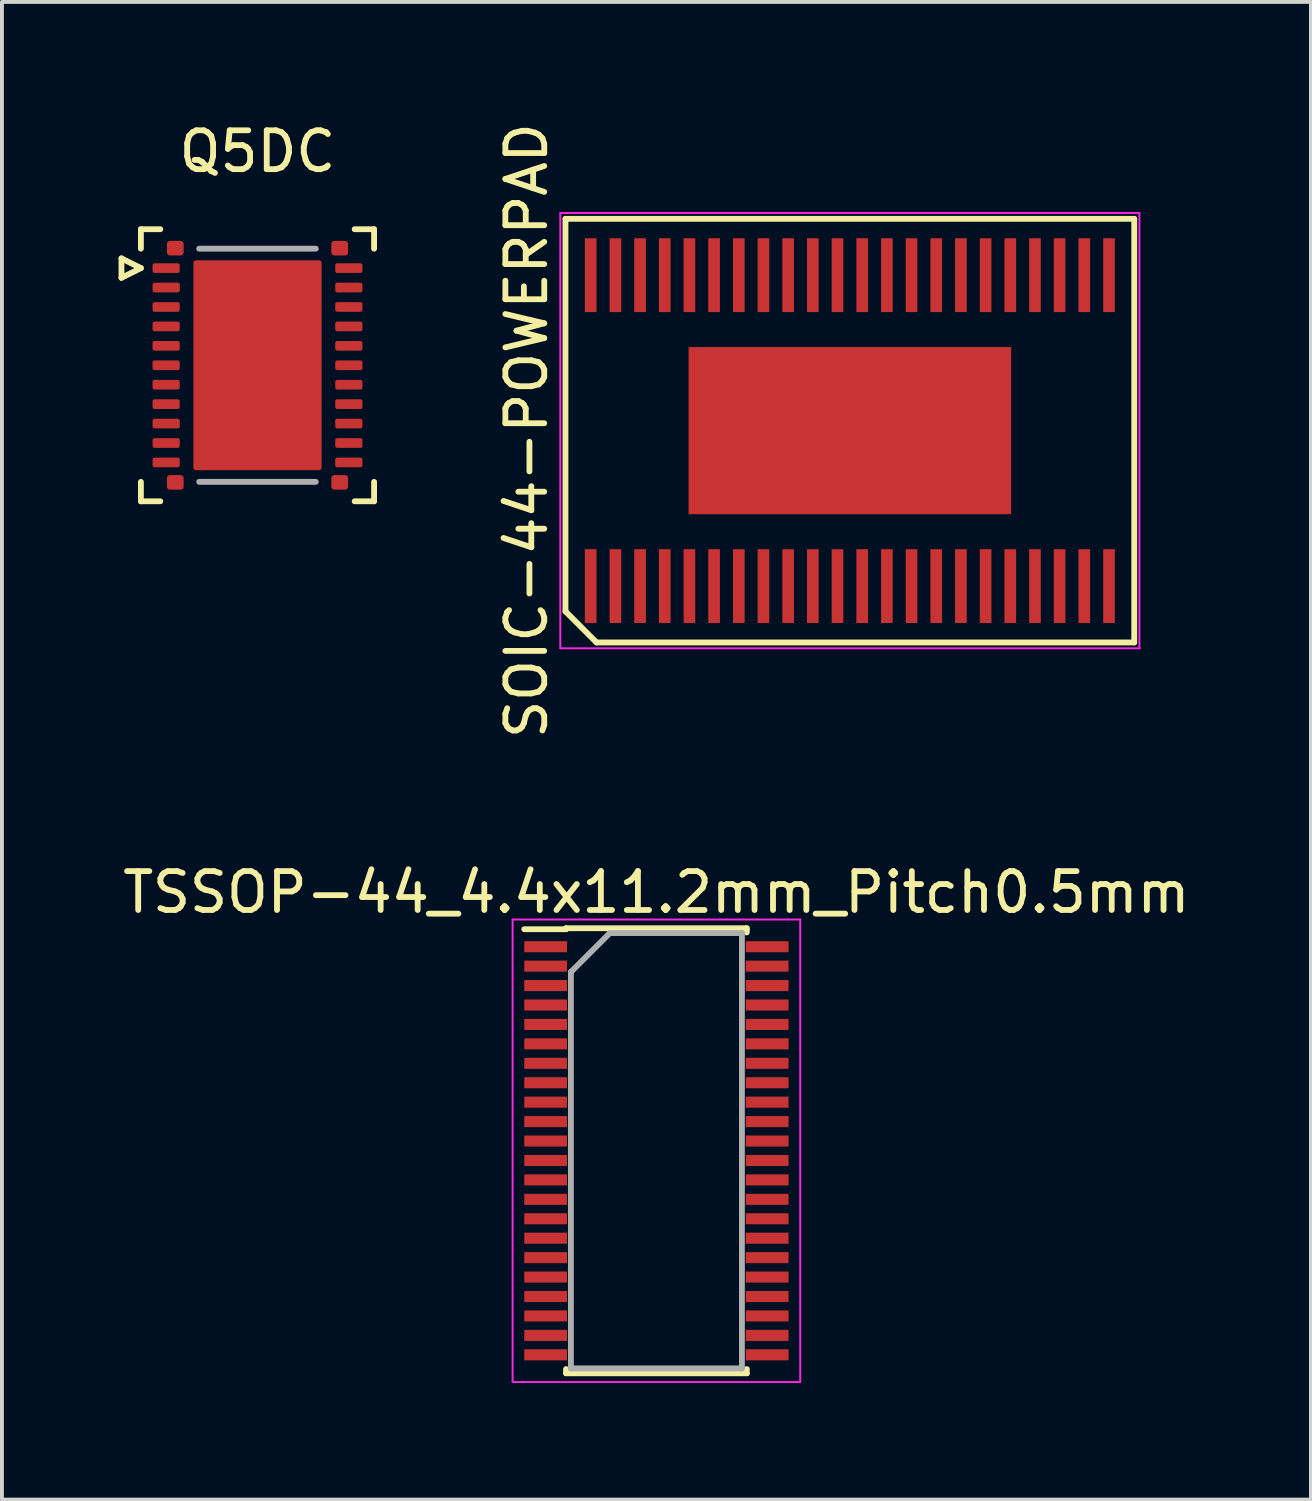
<source format=kicad_pcb>
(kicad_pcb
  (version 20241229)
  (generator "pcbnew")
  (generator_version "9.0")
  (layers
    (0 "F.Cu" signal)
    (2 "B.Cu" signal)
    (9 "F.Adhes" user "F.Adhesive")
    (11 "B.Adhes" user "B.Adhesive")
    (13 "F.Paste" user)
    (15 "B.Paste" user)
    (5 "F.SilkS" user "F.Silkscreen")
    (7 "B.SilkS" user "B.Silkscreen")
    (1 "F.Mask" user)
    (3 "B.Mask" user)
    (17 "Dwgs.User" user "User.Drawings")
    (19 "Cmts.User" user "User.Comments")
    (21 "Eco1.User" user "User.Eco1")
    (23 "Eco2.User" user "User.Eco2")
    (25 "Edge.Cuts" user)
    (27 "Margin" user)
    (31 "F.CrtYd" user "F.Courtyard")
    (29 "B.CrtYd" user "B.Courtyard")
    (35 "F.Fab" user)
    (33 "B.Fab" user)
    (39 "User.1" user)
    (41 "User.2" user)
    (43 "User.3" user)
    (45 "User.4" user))
  (footprint "TSSOP-44_4.4x11.2mm_Pitch0.5mm"
    (layer "F.Cu")
    (at 13.839 26.558)
    (property "Reference" "TSSOP-44_4.4x11.2mm_Pitch0.5mm" (at 0 -6.65 0) (layer "F.SilkS") (effects (font (size 1 1) (thickness 0.15))))
    (attr smd)
    (fp_line (start -2.325 -5.725) (end -2.325 -5.7) (stroke (width 0.15) (type solid)) (layer "F.SilkS"))
    (fp_line (start -2.325 -5.725) (end 2.325 -5.725) (stroke (width 0.15) (type solid)) (layer "F.SilkS"))
    (fp_line (start -2.325 -5.7) (end -3.4 -5.7) (stroke (width 0.15) (type solid)) (layer "F.SilkS"))
    (fp_line (start -2.325 5.725) (end -2.325 5.617) (stroke (width 0.15) (type solid)) (layer "F.SilkS"))
    (fp_line (start -2.325 5.725) (end 2.325 5.725) (stroke (width 0.15) (type solid)) (layer "F.SilkS"))
    (fp_line (start 2.325 -5.725) (end 2.325 -5.617) (stroke (width 0.15) (type solid)) (layer "F.SilkS"))
    (fp_line (start 2.325 5.725) (end 2.325 5.617) (stroke (width 0.15) (type solid)) (layer "F.SilkS"))
    (fp_line (start -3.7 -5.95) (end -3.7 5.95) (stroke (width 0.05) (type solid)) (layer "F.CrtYd"))
    (fp_line (start -3.7 -5.95) (end 3.7 -5.95) (stroke (width 0.05) (type solid)) (layer "F.CrtYd"))
    (fp_line (start -3.7 5.95) (end 3.7 5.95) (stroke (width 0.05) (type solid)) (layer "F.CrtYd"))
    (fp_line (start 3.7 -5.95) (end 3.7 5.95) (stroke (width 0.05) (type solid)) (layer "F.CrtYd"))
    (fp_line (start -2.2 -4.6) (end -1.2 -5.6) (stroke (width 0.15) (type solid)) (layer "F.Fab"))
    (fp_line (start -2.2 5.6) (end -2.2 -4.6) (stroke (width 0.15) (type solid)) (layer "F.Fab"))
    (fp_line (start -1.2 -5.6) (end 2.2 -5.6) (stroke (width 0.15) (type solid)) (layer "F.Fab"))
    (fp_line (start 2.2 -5.6) (end 2.2 5.6) (stroke (width 0.15) (type solid)) (layer "F.Fab"))
    (fp_line (start 2.2 5.6) (end -2.2 5.6) (stroke (width 0.15) (type solid)) (layer "F.Fab"))
    (pad "1" smd rect (at -2.85 -5.25) (size 1.1 0.285) (layers "F.Cu" "F.Mask" "F.Paste"))
    (pad "2" smd rect (at -2.85 -4.75) (size 1.1 0.285) (layers "F.Cu" "F.Mask" "F.Paste"))
    (pad "3" smd rect (at -2.85 -4.25) (size 1.1 0.285) (layers "F.Cu" "F.Mask" "F.Paste"))
    (pad "4" smd rect (at -2.85 -3.75) (size 1.1 0.285) (layers "F.Cu" "F.Mask" "F.Paste"))
    (pad "5" smd rect (at -2.85 -3.25) (size 1.1 0.285) (layers "F.Cu" "F.Mask" "F.Paste"))
    (pad "6" smd rect (at -2.85 -2.75) (size 1.1 0.285) (layers "F.Cu" "F.Mask" "F.Paste"))
    (pad "7" smd rect (at -2.85 -2.25) (size 1.1 0.285) (layers "F.Cu" "F.Mask" "F.Paste"))
    (pad "8" smd rect (at -2.85 -1.75) (size 1.1 0.285) (layers "F.Cu" "F.Mask" "F.Paste"))
    (pad "9" smd rect (at -2.85 -1.25) (size 1.1 0.285) (layers "F.Cu" "F.Mask" "F.Paste"))
    (pad "10" smd rect (at -2.85 -0.75) (size 1.1 0.285) (layers "F.Cu" "F.Mask" "F.Paste"))
    (pad "11" smd rect (at -2.85 -0.25) (size 1.1 0.285) (layers "F.Cu" "F.Mask" "F.Paste"))
    (pad "12" smd rect (at -2.85 0.25) (size 1.1 0.285) (layers "F.Cu" "F.Mask" "F.Paste"))
    (pad "13" smd rect (at -2.85 0.75) (size 1.1 0.285) (layers "F.Cu" "F.Mask" "F.Paste"))
    (pad "14" smd rect (at -2.85 1.25) (size 1.1 0.285) (layers "F.Cu" "F.Mask" "F.Paste"))
    (pad "15" smd rect (at -2.85 1.75) (size 1.1 0.285) (layers "F.Cu" "F.Mask" "F.Paste"))
    (pad "16" smd rect (at -2.85 2.25) (size 1.1 0.285) (layers "F.Cu" "F.Mask" "F.Paste"))
    (pad "17" smd rect (at -2.85 2.75) (size 1.1 0.285) (layers "F.Cu" "F.Mask" "F.Paste"))
    (pad "18" smd rect (at -2.85 3.25) (size 1.1 0.285) (layers "F.Cu" "F.Mask" "F.Paste"))
    (pad "19" smd rect (at -2.85 3.75) (size 1.1 0.285) (layers "F.Cu" "F.Mask" "F.Paste"))
    (pad "20" smd rect (at -2.85 4.25) (size 1.1 0.285) (layers "F.Cu" "F.Mask" "F.Paste"))
    (pad "21" smd rect (at -2.85 4.75) (size 1.1 0.285) (layers "F.Cu" "F.Mask" "F.Paste"))
    (pad "22" smd rect (at -2.85 5.25) (size 1.1 0.285) (layers "F.Cu" "F.Mask" "F.Paste"))
    (pad "23" smd rect (at 2.85 5.25) (size 1.1 0.285) (layers "F.Cu" "F.Mask" "F.Paste"))
    (pad "24" smd rect (at 2.85 4.75) (size 1.1 0.285) (layers "F.Cu" "F.Mask" "F.Paste"))
    (pad "25" smd rect (at 2.85 4.25) (size 1.1 0.285) (layers "F.Cu" "F.Mask" "F.Paste"))
    (pad "26" smd rect (at 2.85 3.75) (size 1.1 0.285) (layers "F.Cu" "F.Mask" "F.Paste"))
    (pad "27" smd rect (at 2.85 3.25) (size 1.1 0.285) (layers "F.Cu" "F.Mask" "F.Paste"))
    (pad "28" smd rect (at 2.85 2.75) (size 1.1 0.285) (layers "F.Cu" "F.Mask" "F.Paste"))
    (pad "29" smd rect (at 2.85 2.25) (size 1.1 0.285) (layers "F.Cu" "F.Mask" "F.Paste"))
    (pad "30" smd rect (at 2.85 1.75) (size 1.1 0.285) (layers "F.Cu" "F.Mask" "F.Paste"))
    (pad "31" smd rect (at 2.85 1.25) (size 1.1 0.285) (layers "F.Cu" "F.Mask" "F.Paste"))
    (pad "32" smd rect (at 2.85 0.75) (size 1.1 0.285) (layers "F.Cu" "F.Mask" "F.Paste"))
    (pad "33" smd rect (at 2.85 0.25) (size 1.1 0.285) (layers "F.Cu" "F.Mask" "F.Paste"))
    (pad "34" smd rect (at 2.85 -0.25) (size 1.1 0.285) (layers "F.Cu" "F.Mask" "F.Paste"))
    (pad "35" smd rect (at 2.85 -0.75) (size 1.1 0.285) (layers "F.Cu" "F.Mask" "F.Paste"))
    (pad "36" smd rect (at 2.85 -1.25) (size 1.1 0.285) (layers "F.Cu" "F.Mask" "F.Paste"))
    (pad "37" smd rect (at 2.85 -1.75) (size 1.1 0.285) (layers "F.Cu" "F.Mask" "F.Paste"))
    (pad "38" smd rect (at 2.85 -2.25) (size 1.1 0.285) (layers "F.Cu" "F.Mask" "F.Paste"))
    (pad "39" smd rect (at 2.85 -2.75) (size 1.1 0.285) (layers "F.Cu" "F.Mask" "F.Paste"))
    (pad "40" smd rect (at 2.85 -3.25) (size 1.1 0.285) (layers "F.Cu" "F.Mask" "F.Paste"))
    (pad "41" smd rect (at 2.85 -3.75) (size 1.1 0.285) (layers "F.Cu" "F.Mask" "F.Paste"))
    (pad "42" smd rect (at 2.85 -4.25) (size 1.1 0.285) (layers "F.Cu" "F.Mask" "F.Paste"))
    (pad "43" smd rect (at 2.85 -4.75) (size 1.1 0.285) (layers "F.Cu" "F.Mask" "F.Paste"))
    (pad "44" smd rect (at 2.85 -5.25) (size 1.1 0.285) (layers "F.Cu" "F.Mask" "F.Paste")))
  (footprint "SOIC-44-POWERPAD"
    (layer "F.Cu")
    (at 18.816 8.03)
    (property "Reference" "SOIC-44-POWERPAD" (at -8.318 0 90) (layer "F.SilkS") (effects (font (size 1 1) (thickness 0.15))))
    (attr smd)
    (fp_line (start -7.317 -5.45) (end 7.317 -5.45) (stroke (width 0.15) (type solid)) (layer "F.SilkS"))
    (fp_line (start -7.317 4.65) (end -7.317 -5.45) (stroke (width 0.15) (type solid)) (layer "F.SilkS"))
    (fp_line (start -6.518 5.45) (end -7.317 4.65) (stroke (width 0.15) (type solid)) (layer "F.SilkS"))
    (fp_line (start 7.317 -5.45) (end 7.317 5.45) (stroke (width 0.15) (type solid)) (layer "F.SilkS"))
    (fp_line (start 7.317 5.45) (end -6.518 5.45) (stroke (width 0.15) (type solid)) (layer "F.SilkS"))
    (fp_line (start -7.45 -5.6) (end 7.45 -5.6) (stroke (width 0.05) (type solid)) (layer "F.CrtYd"))
    (fp_line (start -7.45 5.6) (end -7.45 -5.6) (stroke (width 0.05) (type solid)) (layer "F.CrtYd"))
    (fp_line (start 7.45 -5.6) (end 7.45 5.6) (stroke (width 0.05) (type solid)) (layer "F.CrtYd"))
    (fp_line (start 7.45 5.6) (end -7.45 5.6) (stroke (width 0.05) (type solid)) (layer "F.CrtYd"))
    (pad "1" smd rect (at -6.668 4) (size 0.3 1.9) (layers "F.Cu" "F.Mask" "F.Paste"))
    (pad "2" smd rect (at -6.032 4) (size 0.3 1.9) (layers "F.Cu" "F.Mask" "F.Paste"))
    (pad "3" smd rect (at -5.397 4) (size 0.3 1.9) (layers "F.Cu" "F.Mask" "F.Paste"))
    (pad "4" smd rect (at -4.763 4) (size 0.3 1.9) (layers "F.Cu" "F.Mask" "F.Paste"))
    (pad "5" smd rect (at -4.128 4) (size 0.3 1.9) (layers "F.Cu" "F.Mask" "F.Paste"))
    (pad "6" smd rect (at -3.493 4) (size 0.3 1.9) (layers "F.Cu" "F.Mask" "F.Paste"))
    (pad "7" smd rect (at -2.857 4) (size 0.3 1.9) (layers "F.Cu" "F.Mask" "F.Paste"))
    (pad "8" smd rect (at -2.223 4) (size 0.3 1.9) (layers "F.Cu" "F.Mask" "F.Paste"))
    (pad "9" smd rect (at -1.587 4) (size 0.3 1.9) (layers "F.Cu" "F.Mask" "F.Paste"))
    (pad "10" smd rect (at -0.953 4) (size 0.3 1.9) (layers "F.Cu" "F.Mask" "F.Paste"))
    (pad "11" smd rect (at -0.318 4) (size 0.3 1.9) (layers "F.Cu" "F.Mask" "F.Paste"))
    (pad "12" smd rect (at 0.318 4) (size 0.3 1.9) (layers "F.Cu" "F.Mask" "F.Paste"))
    (pad "13" smd rect (at 0.953 4) (size 0.3 1.9) (layers "F.Cu" "F.Mask" "F.Paste"))
    (pad "14" smd rect (at 1.587 4) (size 0.3 1.9) (layers "F.Cu" "F.Mask" "F.Paste"))
    (pad "15" smd rect (at 2.223 4) (size 0.3 1.9) (layers "F.Cu" "F.Mask" "F.Paste"))
    (pad "16" smd rect (at 2.857 4) (size 0.3 1.9) (layers "F.Cu" "F.Mask" "F.Paste"))
    (pad "17" smd rect (at 3.493 4) (size 0.3 1.9) (layers "F.Cu" "F.Mask" "F.Paste"))
    (pad "18" smd rect (at 4.128 4) (size 0.3 1.9) (layers "F.Cu" "F.Mask" "F.Paste"))
    (pad "19" smd rect (at 4.763 4) (size 0.3 1.9) (layers "F.Cu" "F.Mask" "F.Paste"))
    (pad "20" smd rect (at 5.397 4) (size 0.3 1.9) (layers "F.Cu" "F.Mask" "F.Paste"))
    (pad "21" smd rect (at 6.032 4) (size 0.3 1.9) (layers "F.Cu" "F.Mask" "F.Paste"))
    (pad "22" smd rect (at 6.668 4) (size 0.3 1.9) (layers "F.Cu" "F.Mask" "F.Paste"))
    (pad "23" smd rect (at 6.668 -4) (size 0.3 1.9) (layers "F.Cu" "F.Mask" "F.Paste"))
    (pad "24" smd rect (at 6.032 -4) (size 0.3 1.9) (layers "F.Cu" "F.Mask" "F.Paste"))
    (pad "25" smd rect (at 5.397 -4) (size 0.3 1.9) (layers "F.Cu" "F.Mask" "F.Paste"))
    (pad "26" smd rect (at 4.763 -4) (size 0.3 1.9) (layers "F.Cu" "F.Mask" "F.Paste"))
    (pad "27" smd rect (at 4.128 -4) (size 0.3 1.9) (layers "F.Cu" "F.Mask" "F.Paste"))
    (pad "28" smd rect (at 3.493 -4) (size 0.3 1.9) (layers "F.Cu" "F.Mask" "F.Paste"))
    (pad "29" smd rect (at 2.857 -4) (size 0.3 1.9) (layers "F.Cu" "F.Mask" "F.Paste"))
    (pad "30" smd rect (at 2.223 -4) (size 0.3 1.9) (layers "F.Cu" "F.Mask" "F.Paste"))
    (pad "31" smd rect (at 1.587 -4) (size 0.3 1.9) (layers "F.Cu" "F.Mask" "F.Paste"))
    (pad "32" smd rect (at 0.953 -4) (size 0.3 1.9) (layers "F.Cu" "F.Mask" "F.Paste"))
    (pad "33" smd rect (at 0.318 -4) (size 0.3 1.9) (layers "F.Cu" "F.Mask" "F.Paste"))
    (pad "34" smd rect (at -0.318 -4) (size 0.3 1.9) (layers "F.Cu" "F.Mask" "F.Paste"))
    (pad "35" smd rect (at -0.953 -4) (size 0.3 1.9) (layers "F.Cu" "F.Mask" "F.Paste"))
    (pad "36" smd rect (at -1.587 -4) (size 0.3 1.9) (layers "F.Cu" "F.Mask" "F.Paste"))
    (pad "37" smd rect (at -2.223 -4) (size 0.3 1.9) (layers "F.Cu" "F.Mask" "F.Paste"))
    (pad "38" smd rect (at -2.857 -4) (size 0.3 1.9) (layers "F.Cu" "F.Mask" "F.Paste"))
    (pad "39" smd rect (at -3.493 -4) (size 0.3 1.9) (layers "F.Cu" "F.Mask" "F.Paste"))
    (pad "40" smd rect (at -4.128 -4) (size 0.3 1.9) (layers "F.Cu" "F.Mask" "F.Paste"))
    (pad "41" smd rect (at -4.763 -4) (size 0.3 1.9) (layers "F.Cu" "F.Mask" "F.Paste"))
    (pad "42" smd rect (at -5.397 -4) (size 0.3 1.9) (layers "F.Cu" "F.Mask" "F.Paste"))
    (pad "43" smd rect (at -6.032 -4) (size 0.3 1.9) (layers "F.Cu" "F.Mask" "F.Paste"))
    (pad "44" smd rect (at -6.668 -4) (size 0.3 1.9) (layers "F.Cu" "F.Mask" "F.Paste"))
    (pad "45" smd rect (at 0 0) (size 8.3 4.3) (layers "F.Cu" "F.Mask" "F.Paste")))
  (footprint "Q5DC"
    (layer "F.Cu")
    (at 3.575 6.348)
    (property "Reference" "Q5DC" (at 0 -5.5 0) (layer "F.SilkS") (effects (font (size 1 1) (thickness 0.15))))
    (attr smd)
    (fp_line (start -3.5 -2.75) (end -3 -2.5) (stroke (width 0.15) (type solid)) (layer "F.SilkS"))
    (fp_line (start -3.5 -2.25) (end -3.5 -2.75) (stroke (width 0.15) (type solid)) (layer "F.SilkS"))
    (fp_line (start -3 -3.5) (end -3 -3) (stroke (width 0.15) (type solid)) (layer "F.SilkS"))
    (fp_line (start -3 -2.5) (end -3.5 -2.25) (stroke (width 0.15) (type solid)) (layer "F.SilkS"))
    (fp_line (start -3 3.5) (end -3 3) (stroke (width 0.15) (type solid)) (layer "F.SilkS"))
    (fp_line (start -2.5 -3.5) (end -3 -3.5) (stroke (width 0.15) (type solid)) (layer "F.SilkS"))
    (fp_line (start -2.5 3.5) (end -3 3.5) (stroke (width 0.15) (type solid)) (layer "F.SilkS"))
    (fp_line (start 2.5 3.5) (end 3 3.5) (stroke (width 0.15) (type solid)) (layer "F.SilkS"))
    (fp_line (start 3 -3.5) (end 2.5 -3.5) (stroke (width 0.15) (type solid)) (layer "F.SilkS"))
    (fp_line (start 3 -3) (end 3 -3.5) (stroke (width 0.15) (type solid)) (layer "F.SilkS"))
    (fp_line (start 3 3.5) (end 3 3) (stroke (width 0.15) (type solid)) (layer "F.SilkS"))
    (fp_line (start -1.5 -3) (end 1.5 -3) (stroke (width 0.15) (type solid)) (layer "F.Fab"))
    (fp_line (start -1.5 3) (end 1.5 3) (stroke (width 0.15) (type solid)) (layer "F.Fab"))
    (pad "1" smd roundrect (at -2.35 -2.5) (size 0.7 0.25) (layers "F.Cu" "F.Mask" "F.Paste") (roundrect_rratio 0.2))
    (pad "2" smd roundrect (at -2.35 -2) (size 0.7 0.25) (layers "F.Cu" "F.Mask" "F.Paste") (roundrect_rratio 0.2))
    (pad "3" smd roundrect (at -2.35 -1.5) (size 0.7 0.25) (layers "F.Cu" "F.Mask" "F.Paste") (roundrect_rratio 0.2))
    (pad "4" smd roundrect (at -2.35 -1) (size 0.7 0.25) (layers "F.Cu" "F.Mask" "F.Paste") (roundrect_rratio 0.2))
    (pad "5" smd roundrect (at -2.35 -0.5) (size 0.7 0.25) (layers "F.Cu" "F.Mask" "F.Paste") (roundrect_rratio 0.2))
    (pad "6" smd roundrect (at -2.35 0) (size 0.7 0.25) (layers "F.Cu" "F.Mask" "F.Paste") (roundrect_rratio 0.2))
    (pad "7" smd roundrect (at -2.35 0.5) (size 0.7 0.25) (layers "F.Cu" "F.Mask" "F.Paste") (roundrect_rratio 0.2))
    (pad "8" smd roundrect (at -2.35 1) (size 0.7 0.25) (layers "F.Cu" "F.Mask" "F.Paste") (roundrect_rratio 0.2))
    (pad "9" smd roundrect (at -2.35 1.5) (size 0.7 0.25) (layers "F.Cu" "F.Mask" "F.Paste") (roundrect_rratio 0.2))
    (pad "10" smd roundrect (at -2.35 2) (size 0.7 0.25) (layers "F.Cu" "F.Mask" "F.Paste") (roundrect_rratio 0.2))
    (pad "11" smd roundrect (at -2.35 2.5) (size 0.7 0.25) (layers "F.Cu" "F.Mask" "F.Paste") (roundrect_rratio 0.2))
    (pad "12" smd roundrect (at 2.35 2.5) (size 0.7 0.25) (layers "F.Cu" "F.Mask" "F.Paste") (roundrect_rratio 0.2))
    (pad "13" smd roundrect (at 2.35 2) (size 0.7 0.25) (layers "F.Cu" "F.Mask" "F.Paste") (roundrect_rratio 0.2))
    (pad "14" smd roundrect (at 2.35 1.5) (size 0.7 0.25) (layers "F.Cu" "F.Mask" "F.Paste") (roundrect_rratio 0.2))
    (pad "15" smd roundrect (at 2.35 1) (size 0.7 0.25) (layers "F.Cu" "F.Mask" "F.Paste") (roundrect_rratio 0.2))
    (pad "16" smd roundrect (at 2.35 0.5) (size 0.7 0.25) (layers "F.Cu" "F.Mask" "F.Paste") (roundrect_rratio 0.2))
    (pad "17" smd roundrect (at 2.35 0) (size 0.7 0.25) (layers "F.Cu" "F.Mask" "F.Paste") (roundrect_rratio 0.2))
    (pad "18" smd roundrect (at 2.35 -0.5) (size 0.7 0.25) (layers "F.Cu" "F.Mask" "F.Paste") (roundrect_rratio 0.2))
    (pad "19" smd roundrect (at 2.35 -1) (size 0.7 0.25) (layers "F.Cu" "F.Mask" "F.Paste") (roundrect_rratio 0.2))
    (pad "20" smd roundrect (at 2.35 -1.5) (size 0.7 0.25) (layers "F.Cu" "F.Mask" "F.Paste") (roundrect_rratio 0.2))
    (pad "21" smd roundrect (at 2.35 -2) (size 0.7 0.25) (layers "F.Cu" "F.Mask" "F.Paste") (roundrect_rratio 0.2))
    (pad "22" smd roundrect (at 2.35 -2.5) (size 0.7 0.25) (layers "F.Cu" "F.Mask" "F.Paste") (roundrect_rratio 0.2))
    (pad "23" smd roundrect (at -2.115 -3.013) (size 0.43 0.375) (layers "F.Cu" "F.Mask" "F.Paste") (roundrect_rratio 0.2))
    (pad "24" smd roundrect (at -2.115 3.013) (size 0.43 0.375) (layers "F.Cu" "F.Mask" "F.Paste") (roundrect_rratio 0.2))
    (pad "25" smd roundrect (at 2.115 3.013) (size 0.43 0.375) (layers "F.Cu" "F.Mask" "F.Paste") (roundrect_rratio 0.2))
    (pad "26" smd roundrect (at 2.115 -3.013) (size 0.43 0.375) (layers "F.Cu" "F.Mask" "F.Paste") (roundrect_rratio 0.2))
    (pad "27" smd roundrect (at 0 0) (size 3.3 5.4) (layers "F.Cu" "F.Mask" "F.Paste") (roundrect_rratio 0.02)))
  (gr_rect
    (start -3 -3)
    (end 30.679 35.533)
    (stroke (width 0.1) (type default))
    (fill no)
    (layer "Edge.Cuts")))
</source>
